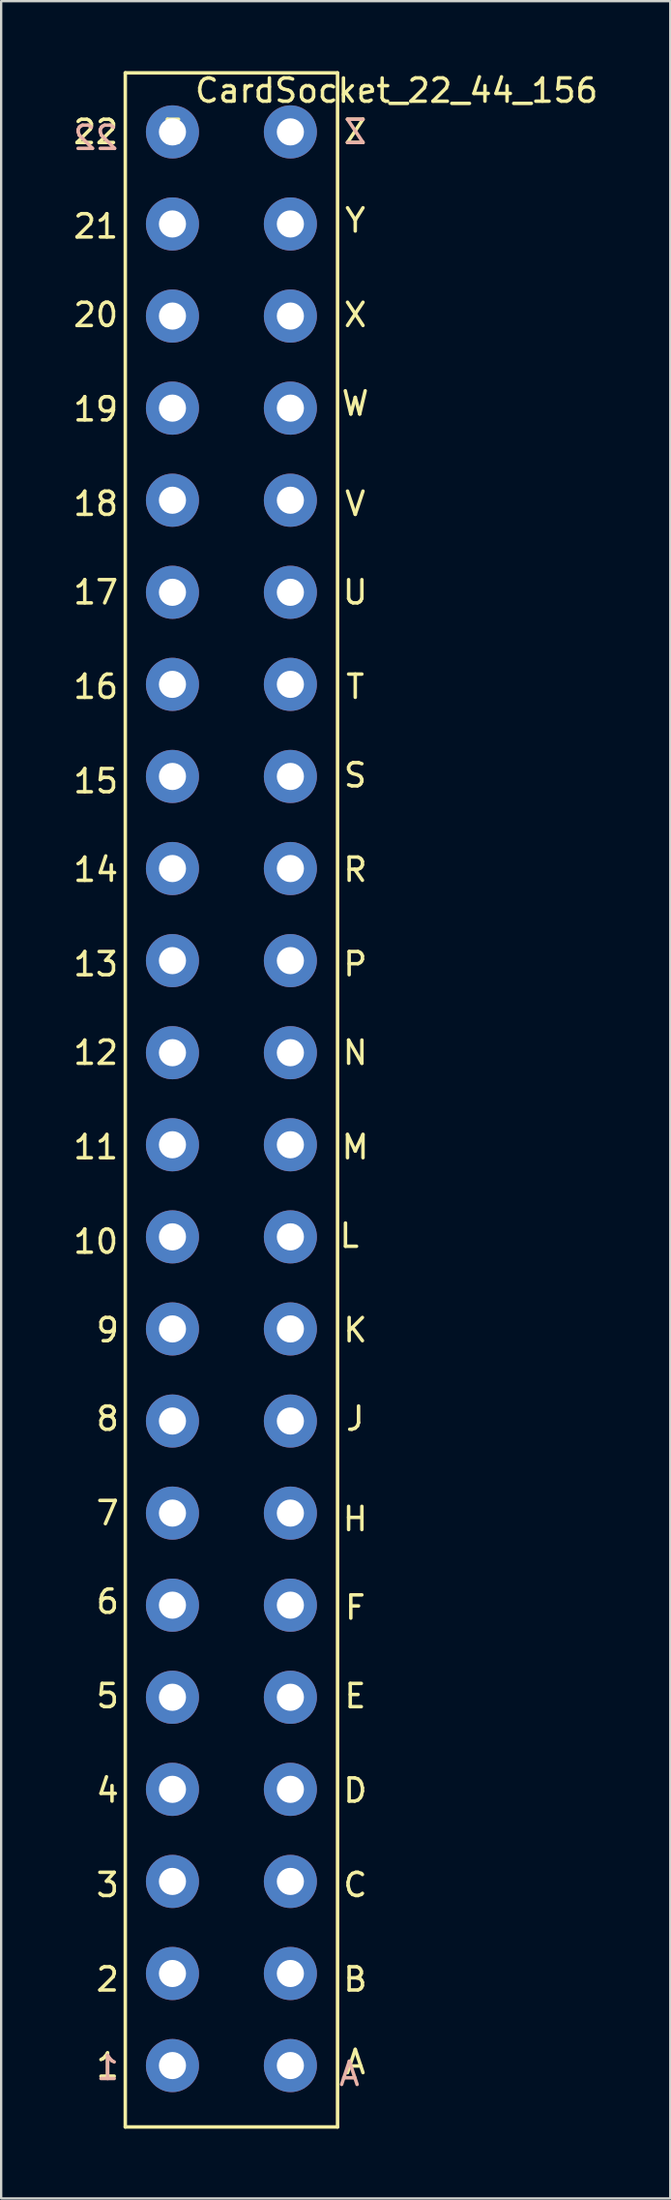
<source format=kicad_pcb>
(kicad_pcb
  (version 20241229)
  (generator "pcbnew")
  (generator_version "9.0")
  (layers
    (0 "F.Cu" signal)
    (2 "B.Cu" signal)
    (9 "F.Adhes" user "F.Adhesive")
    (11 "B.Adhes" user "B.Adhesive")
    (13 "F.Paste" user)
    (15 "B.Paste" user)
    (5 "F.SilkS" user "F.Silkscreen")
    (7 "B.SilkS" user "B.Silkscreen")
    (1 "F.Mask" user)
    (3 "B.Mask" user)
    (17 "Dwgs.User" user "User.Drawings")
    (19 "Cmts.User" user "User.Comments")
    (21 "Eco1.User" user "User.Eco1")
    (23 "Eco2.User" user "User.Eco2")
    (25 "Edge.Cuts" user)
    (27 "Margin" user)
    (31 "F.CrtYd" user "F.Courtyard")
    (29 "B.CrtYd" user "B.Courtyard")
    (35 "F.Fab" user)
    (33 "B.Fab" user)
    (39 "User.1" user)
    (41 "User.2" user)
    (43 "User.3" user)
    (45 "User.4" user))
  (footprint "CardSocket_22_44_156"
    (layer "F.Cu")
    (at 4.379 2.626)
    (property "Reference" "CardSocket_22_44_156" (at 9.652 -1.778 0) (layer "F.SilkS") (effects (font (size 1 1) (thickness 0.15))))
    (attr through_hole)
    (fp_line (start -2.032 -2.54) (end -2.032 85.852) (stroke (width 0.15) (type solid)) (layer "F.SilkS"))
    (fp_line (start -2.032 85.852) (end 7.112 85.852) (stroke (width 0.15) (type solid)) (layer "F.SilkS"))
    (fp_line (start 7.112 -2.54) (end -2.032 -2.54) (stroke (width 0.15) (type solid)) (layer "F.SilkS"))
    (fp_line (start 7.112 85.852) (end 7.112 -2.54) (stroke (width 0.15) (type solid)) (layer "F.SilkS"))
    (fp_text user "21" (at -3.302 4.064 0) (layer "F.SilkS") (effects (font (size 1 1) (thickness 0.15))))
    (fp_text user "10" (at -3.302 47.752 0) (layer "F.SilkS") (effects (font (size 1 1) (thickness 0.15))))
    (fp_text user "Z" (at 7.874 0 0) (layer "F.SilkS") (effects (font (size 1 1) (thickness 0.15))))
    (fp_text user "Y" (at 7.874 3.81 0) (layer "F.SilkS") (effects (font (size 1 1) (thickness 0.15))))
    (fp_text user "V" (at 7.874 16.002 0) (layer "F.SilkS") (effects (font (size 1 1) (thickness 0.15))))
    (fp_text user "H" (at 7.874 59.69 0) (layer "F.SilkS") (effects (font (size 1 1) (thickness 0.15))))
    (fp_text user "12" (at -3.302 39.624 0) (layer "F.SilkS") (effects (font (size 1 1) (thickness 0.15))))
    (fp_text user "16" (at -3.302 23.876 0) (layer "F.SilkS") (effects (font (size 1 1) (thickness 0.15))))
    (fp_text user "11" (at -3.302 43.688 0) (layer "F.SilkS") (effects (font (size 1 1) (thickness 0.15))))
    (fp_text user "4" (at -2.794 71.374 0) (layer "F.SilkS") (effects (font (size 1 1) (thickness 0.15))))
    (fp_text user "L" (at 7.62 47.498 0) (layer "F.SilkS") (effects (font (size 1 1) (thickness 0.15))))
    (fp_text user "N" (at 7.874 39.624 0) (layer "F.SilkS") (effects (font (size 1 1) (thickness 0.15))))
    (fp_text user "S" (at 7.874 27.686 0) (layer "F.SilkS") (effects (font (size 1 1) (thickness 0.15))))
    (fp_text user "22" (at -3.302 0 0) (layer "F.SilkS") (effects (font (size 1 1) (thickness 0.15))))
    (fp_text user "14" (at -3.302 31.75 0) (layer "F.SilkS") (effects (font (size 1 1) (thickness 0.15))))
    (fp_text user "R" (at 7.874 31.75 0) (layer "F.SilkS") (effects (font (size 1 1) (thickness 0.15))))
    (fp_text user "5" (at -2.794 67.31 0) (layer "F.SilkS") (effects (font (size 1 1) (thickness 0.15))))
    (fp_text user "U" (at 7.874 19.812 0) (layer "F.SilkS") (effects (font (size 1 1) (thickness 0.15))))
    (fp_text user "M" (at 7.874 43.688 0) (layer "F.SilkS") (effects (font (size 1 1) (thickness 0.15))))
    (fp_text user "18" (at -3.302 16.002 0) (layer "F.SilkS") (effects (font (size 1 1) (thickness 0.15))))
    (fp_text user "F" (at 7.874 63.5 0) (layer "F.SilkS") (effects (font (size 1 1) (thickness 0.15))))
    (fp_text user "T" (at 7.874 23.876 0) (layer "F.SilkS") (effects (font (size 1 1) (thickness 0.15))))
    (fp_text user "15" (at -3.302 27.94 0) (layer "F.SilkS") (effects (font (size 1 1) (thickness 0.15))))
    (fp_text user "1" (at -2.794 83.21 0) (layer "F.SilkS") (effects (font (size 1 1) (thickness 0.15))))
    (fp_text user "A" (at 7.874 83.058 0) (layer "F.SilkS") (effects (font (size 1 1) (thickness 0.15))))
    (fp_text user "13" (at -3.302 35.814 0) (layer "F.SilkS") (effects (font (size 1 1) (thickness 0.15))))
    (fp_text user "C" (at 7.874 75.438 0) (layer "F.SilkS") (effects (font (size 1 1) (thickness 0.15))))
    (fp_text user "P" (at 7.874 35.814 0) (layer "F.SilkS") (effects (font (size 1 1) (thickness 0.15))))
    (fp_text user "B" (at 7.874 79.502 0) (layer "F.SilkS") (effects (font (size 1 1) (thickness 0.15))))
    (fp_text user "J" (at 7.874 55.372 0) (layer "F.SilkS") (effects (font (size 1 1) (thickness 0.15))))
    (fp_text user "7" (at -2.794 59.436 0) (layer "F.SilkS") (effects (font (size 1 1) (thickness 0.15))))
    (fp_text user "9" (at -2.794 51.562 0) (layer "F.SilkS") (effects (font (size 1 1) (thickness 0.15))))
    (fp_text user "19" (at -3.302 11.938 0) (layer "F.SilkS") (effects (font (size 1 1) (thickness 0.15))))
    (fp_text user "D" (at 7.874 71.374 0) (layer "F.SilkS") (effects (font (size 1 1) (thickness 0.15))))
    (fp_text user "8" (at -2.794 55.372 0) (layer "F.SilkS") (effects (font (size 1 1) (thickness 0.15))))
    (fp_text user "E" (at 7.874 67.31 0) (layer "F.SilkS") (effects (font (size 1 1) (thickness 0.15))))
    (fp_text user "X" (at 7.874 7.874 0) (layer "F.SilkS") (effects (font (size 1 1) (thickness 0.15))))
    (fp_text user "20" (at -3.302 7.874 0) (layer "F.SilkS") (effects (font (size 1 1) (thickness 0.15))))
    (fp_text user "K" (at 7.874 51.562 0) (layer "F.SilkS") (effects (font (size 1 1) (thickness 0.15))))
    (fp_text user "3" (at -2.794 75.438 0) (layer "F.SilkS") (effects (font (size 1 1) (thickness 0.15))))
    (fp_text user "E" (at 0 0 0) (layer "F.SilkS") (effects (font (size 1 1) (thickness 0.15))))
    (fp_text user "17" (at -3.302 19.812 0) (layer "F.SilkS") (effects (font (size 1 1) (thickness 0.15))))
    (fp_text user "2" (at -2.794 79.502 0) (layer "F.SilkS") (effects (font (size 1 1) (thickness 0.15))))
    (fp_text user "6" (at -2.794 63.246 0) (layer "F.SilkS") (effects (font (size 1 1) (thickness 0.15))))
    (fp_text user "W" (at 7.874 11.684 0) (layer "F.SilkS") (effects (font (size 1 1) (thickness 0.15))))
    (fp_text user "A" (at 7.62 83.566 0) (layer "B.SilkS") (effects (font (size 1 1) (thickness 0.15)) (justify mirror)))
    (fp_text user "Z" (at 7.874 0 0) (layer "B.SilkS") (effects (font (size 1 1) (thickness 0.15)) (justify mirror)))
    (fp_text user "1" (at -2.794 83.312 0) (layer "B.SilkS") (effects (font (size 1 1) (thickness 0.15)) (justify mirror)))
    (fp_text user "22" (at -3.302 0.254 0) (layer "B.SilkS") (effects (font (size 1 1) (thickness 0.15)) (justify mirror)))
    (pad "1" thru_hole circle (at 0 83.21) (size 2.286 2.286) (drill 1.168) (layers "*.Cu" "*.Mask"))
    (pad "2" thru_hole circle (at 0 79.248) (size 2.286 2.286) (drill 1.168) (layers "*.Cu" "*.Mask"))
    (pad "3" thru_hole circle (at 0 75.286) (size 2.286 2.286) (drill 1.168) (layers "*.Cu" "*.Mask"))
    (pad "4" thru_hole circle (at 0 71.323) (size 2.286 2.286) (drill 1.168) (layers "*.Cu" "*.Mask"))
    (pad "5" thru_hole circle (at 0 67.361) (size 2.286 2.286) (drill 1.168) (layers "*.Cu" "*.Mask"))
    (pad "6" thru_hole circle (at 0 63.398) (size 2.286 2.286) (drill 1.168) (layers "*.Cu" "*.Mask"))
    (pad "7" thru_hole circle (at 0 59.436) (size 2.286 2.286) (drill 1.168) (layers "*.Cu" "*.Mask"))
    (pad "8" thru_hole circle (at 0 55.474) (size 2.286 2.286) (drill 1.168) (layers "*.Cu" "*.Mask"))
    (pad "9" thru_hole circle (at 0 51.511) (size 2.286 2.286) (drill 1.168) (layers "*.Cu" "*.Mask"))
    (pad "10" thru_hole circle (at 0 47.549) (size 2.286 2.286) (drill 1.168) (layers "*.Cu" "*.Mask"))
    (pad "11" thru_hole circle (at 0 43.586) (size 2.286 2.286) (drill 1.168) (layers "*.Cu" "*.Mask"))
    (pad "12" thru_hole circle (at 0 39.624) (size 2.286 2.286) (drill 1.168) (layers "*.Cu" "*.Mask"))
    (pad "13" thru_hole circle (at 0 35.662) (size 2.286 2.286) (drill 1.168) (layers "*.Cu" "*.Mask"))
    (pad "14" thru_hole circle (at 0 31.699) (size 2.286 2.286) (drill 1.168) (layers "*.Cu" "*.Mask"))
    (pad "15" thru_hole circle (at 0 27.737) (size 2.286 2.286) (drill 1.168) (layers "*.Cu" "*.Mask"))
    (pad "16" thru_hole circle (at 0 23.774) (size 2.286 2.286) (drill 1.168) (layers "*.Cu" "*.Mask"))
    (pad "17" thru_hole circle (at 0 19.812) (size 2.286 2.286) (drill 1.168) (layers "*.Cu" "*.Mask"))
    (pad "18" thru_hole circle (at 0 15.85) (size 2.286 2.286) (drill 1.168) (layers "*.Cu" "*.Mask"))
    (pad "19" thru_hole circle (at 0 11.887) (size 2.286 2.286) (drill 1.168) (layers "*.Cu" "*.Mask"))
    (pad "20" thru_hole circle (at 0 7.925) (size 2.286 2.286) (drill 1.168) (layers "*.Cu" "*.Mask"))
    (pad "21" thru_hole circle (at 0 3.962) (size 2.286 2.286) (drill 1.168) (layers "*.Cu" "*.Mask"))
    (pad "22" thru_hole circle (at 0 0) (size 2.286 2.286) (drill 1.168) (layers "*.Cu" "*.Mask"))
    (pad "A" thru_hole circle (at 5.08 83.21) (size 2.286 2.286) (drill 1.168) (layers "*.Cu" "*.Mask"))
    (pad "B" thru_hole circle (at 5.08 79.248) (size 2.286 2.286) (drill 1.168) (layers "*.Cu" "*.Mask"))
    (pad "C" thru_hole circle (at 5.08 75.286) (size 2.286 2.286) (drill 1.168) (layers "*.Cu" "*.Mask"))
    (pad "D" thru_hole circle (at 5.08 71.323) (size 2.286 2.286) (drill 1.168) (layers "*.Cu" "*.Mask"))
    (pad "E" thru_hole circle (at 5.08 67.361) (size 2.286 2.286) (drill 1.168) (layers "*.Cu" "*.Mask"))
    (pad "F" thru_hole circle (at 5.08 63.398) (size 2.286 2.286) (drill 1.168) (layers "*.Cu" "*.Mask"))
    (pad "H" thru_hole circle (at 5.08 59.436) (size 2.286 2.286) (drill 1.168) (layers "*.Cu" "*.Mask"))
    (pad "J" thru_hole circle (at 5.08 55.474) (size 2.286 2.286) (drill 1.168) (layers "*.Cu" "*.Mask"))
    (pad "K" thru_hole circle (at 5.08 51.511) (size 2.286 2.286) (drill 1.168) (layers "*.Cu" "*.Mask"))
    (pad "L" thru_hole circle (at 5.08 47.549) (size 2.286 2.286) (drill 1.168) (layers "*.Cu" "*.Mask"))
    (pad "M" thru_hole circle (at 5.08 43.586) (size 2.286 2.286) (drill 1.168) (layers "*.Cu" "*.Mask"))
    (pad "N" thru_hole circle (at 5.08 39.624) (size 2.286 2.286) (drill 1.168) (layers "*.Cu" "*.Mask"))
    (pad "P" thru_hole circle (at 5.08 35.662) (size 2.286 2.286) (drill 1.168) (layers "*.Cu" "*.Mask"))
    (pad "R" thru_hole circle (at 5.08 31.699) (size 2.286 2.286) (drill 1.168) (layers "*.Cu" "*.Mask"))
    (pad "S" thru_hole circle (at 5.08 27.737) (size 2.286 2.286) (drill 1.168) (layers "*.Cu" "*.Mask"))
    (pad "T" thru_hole circle (at 5.08 23.774) (size 2.286 2.286) (drill 1.168) (layers "*.Cu" "*.Mask"))
    (pad "U" thru_hole circle (at 5.08 19.812) (size 2.286 2.286) (drill 1.168) (layers "*.Cu" "*.Mask"))
    (pad "V" thru_hole circle (at 5.08 15.85) (size 2.286 2.286) (drill 1.168) (layers "*.Cu" "*.Mask"))
    (pad "W" thru_hole circle (at 5.08 11.887) (size 2.286 2.286) (drill 1.168) (layers "*.Cu" "*.Mask"))
    (pad "X" thru_hole circle (at 5.08 7.925) (size 2.286 2.286) (drill 1.168) (layers "*.Cu" "*.Mask"))
    (pad "Y" thru_hole circle (at 5.08 3.962) (size 2.286 2.286) (drill 1.168) (layers "*.Cu" "*.Mask"))
    (pad "Z" thru_hole circle (at 5.08 0) (size 2.286 2.286) (drill 1.168) (layers "*.Cu" "*.Mask")))
  (gr_rect
    (start -3 -3)
    (end 25.823 91.553)
    (stroke (width 0.1) (type default))
    (fill no)
    (layer "Edge.Cuts")))
</source>
